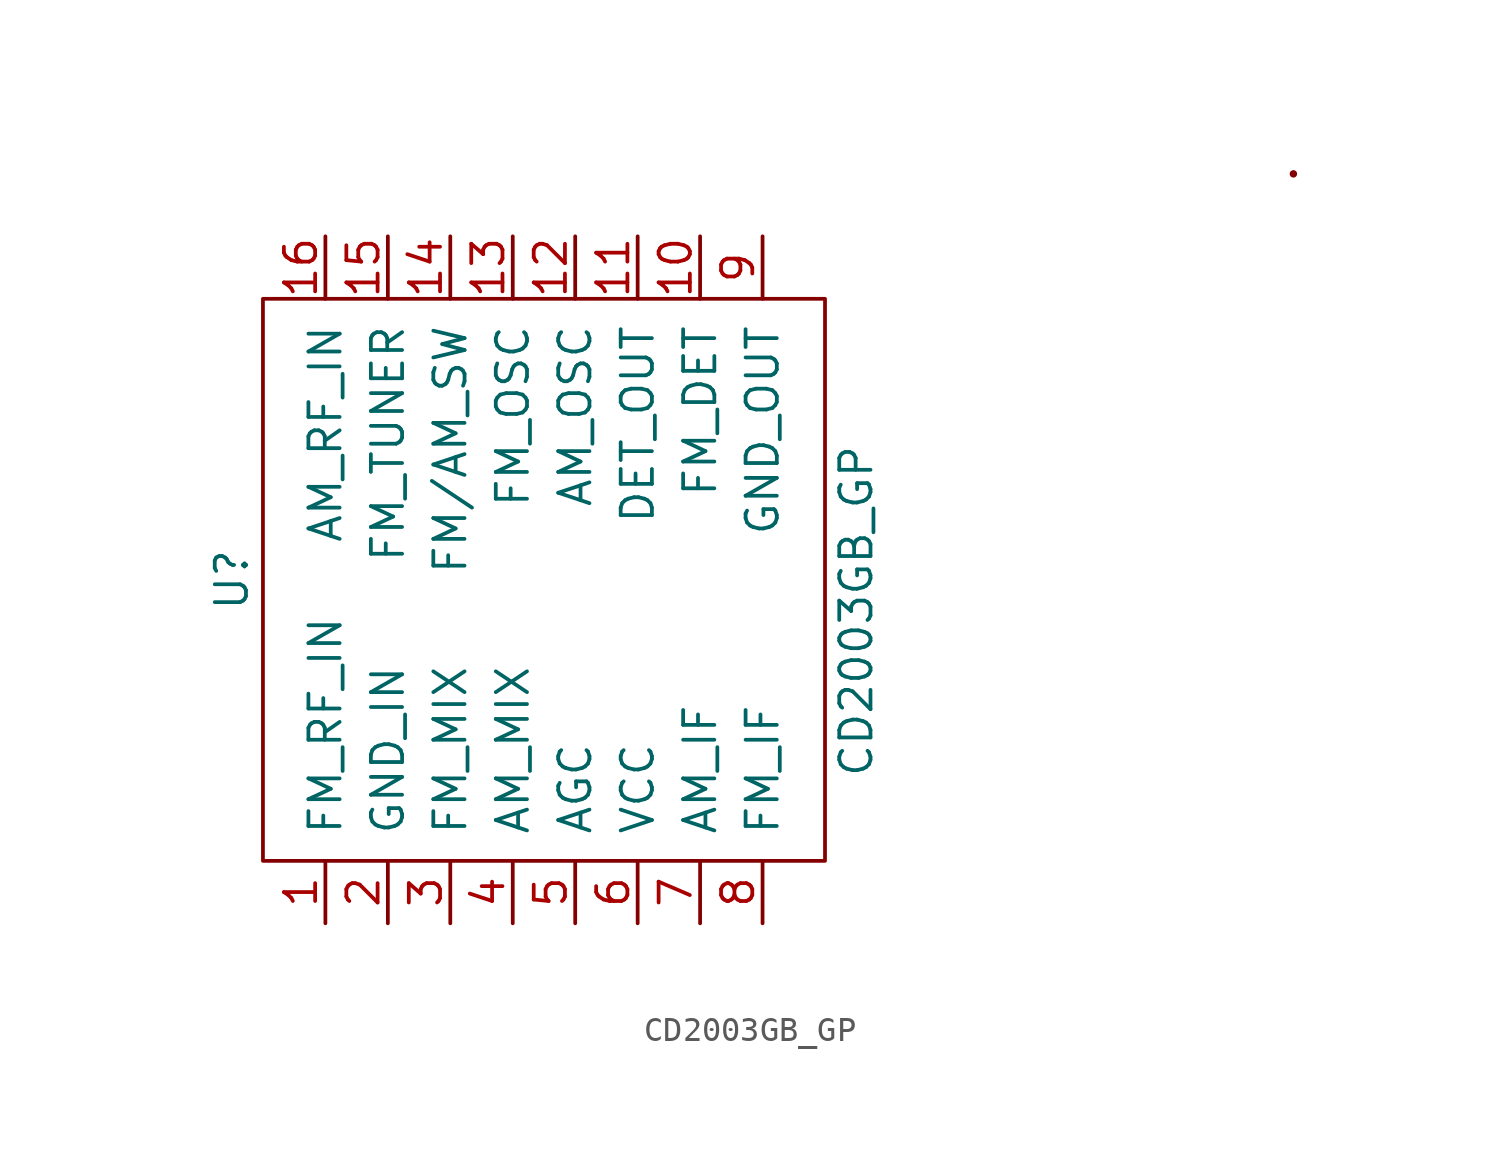
<source format=kicad_sym>
(kicad_symbol_lib
  (version 20220914)
  (generator kicad_symbol_editor)
  (symbol "CD2003GB_GP"
    (pin_names
      (offset 1.016))
    (property "Reference" "U"
      (at -12.7 6.35 90)
      (effects (font (size 1.27 1.27))))
    (property "Value" "CD2003GB_GP"
      (at 12.7 5.08 90)
      (effects (font (size 1.27 1.27))))
    (symbol "CD2003GB_GP_0_1"
      (rectangle (start -11.43 17.78) (end 11.43 -5.08) (stroke (width 0) (type solid)) (fill (type none)))
      (circle (center 30.48 22.86) (radius 0.0001) (stroke (width 0) (type solid)) (fill (type none))))
    (symbol "CD2003GB_GP_1_1"
      (pin input line (at -8.89 -7.62 90) (length 2.54) (name "FM_RF_IN" (effects (font (size 1.27 1.27)))) (number "1" (effects (font (size 1.27 1.27)))))
      (pin input line (at 6.35 20.32 270) (length 2.54) (name "FM_DET" (effects (font (size 1.27 1.27)))) (number "10" (effects (font (size 1.27 1.27)))))
      (pin input line (at 3.81 20.32 270) (length 2.54) (name "DET_OUT" (effects (font (size 1.27 1.27)))) (number "11" (effects (font (size 1.27 1.27)))))
      (pin input line (at 1.27 20.32 270) (length 2.54) (name "AM_OSC" (effects (font (size 1.27 1.27)))) (number "12" (effects (font (size 1.27 1.27)))))
      (pin input line (at -1.27 20.32 270) (length 2.54) (name "FM_OSC" (effects (font (size 1.27 1.27)))) (number "13" (effects (font (size 1.27 1.27)))))
      (pin input line (at -3.81 20.32 270) (length 2.54) (name "FM/AM_SW" (effects (font (size 1.27 1.27)))) (number "14" (effects (font (size 1.27 1.27)))))
      (pin input line (at -6.35 20.32 270) (length 2.54) (name "FM_TUNER" (effects (font (size 1.27 1.27)))) (number "15" (effects (font (size 1.27 1.27)))))
      (pin input line (at -8.89 20.32 270) (length 2.54) (name "AM_RF_IN" (effects (font (size 1.27 1.27)))) (number "16" (effects (font (size 1.27 1.27)))))
      (pin input line (at -6.35 -7.62 90) (length 2.54) (name "GND_IN" (effects (font (size 1.27 1.27)))) (number "2" (effects (font (size 1.27 1.27)))))
      (pin input line (at -3.81 -7.62 90) (length 2.54) (name "FM_MIX" (effects (font (size 1.27 1.27)))) (number "3" (effects (font (size 1.27 1.27)))))
      (pin input line (at -1.27 -7.62 90) (length 2.54) (name "AM_MIX" (effects (font (size 1.27 1.27)))) (number "4" (effects (font (size 1.27 1.27)))))
      (pin input line (at 1.27 -7.62 90) (length 2.54) (name "AGC" (effects (font (size 1.27 1.27)))) (number "5" (effects (font (size 1.27 1.27)))))
      (pin input line (at 3.81 -7.62 90) (length 2.54) (name "VCC" (effects (font (size 1.27 1.27)))) (number "6" (effects (font (size 1.27 1.27)))))
      (pin input line (at 6.35 -7.62 90) (length 2.54) (name "AM_IF" (effects (font (size 1.27 1.27)))) (number "7" (effects (font (size 1.27 1.27)))))
      (pin input line (at 8.89 -7.62 90) (length 2.54) (name "FM_IF" (effects (font (size 1.27 1.27)))) (number "8" (effects (font (size 1.27 1.27)))))
      (pin input line (at 8.89 20.32 270) (length 2.54) (name "GND_OUT" (effects (font (size 1.27 1.27)))) (number "9" (effects (font (size 1.27 1.27))))))))
</source>
